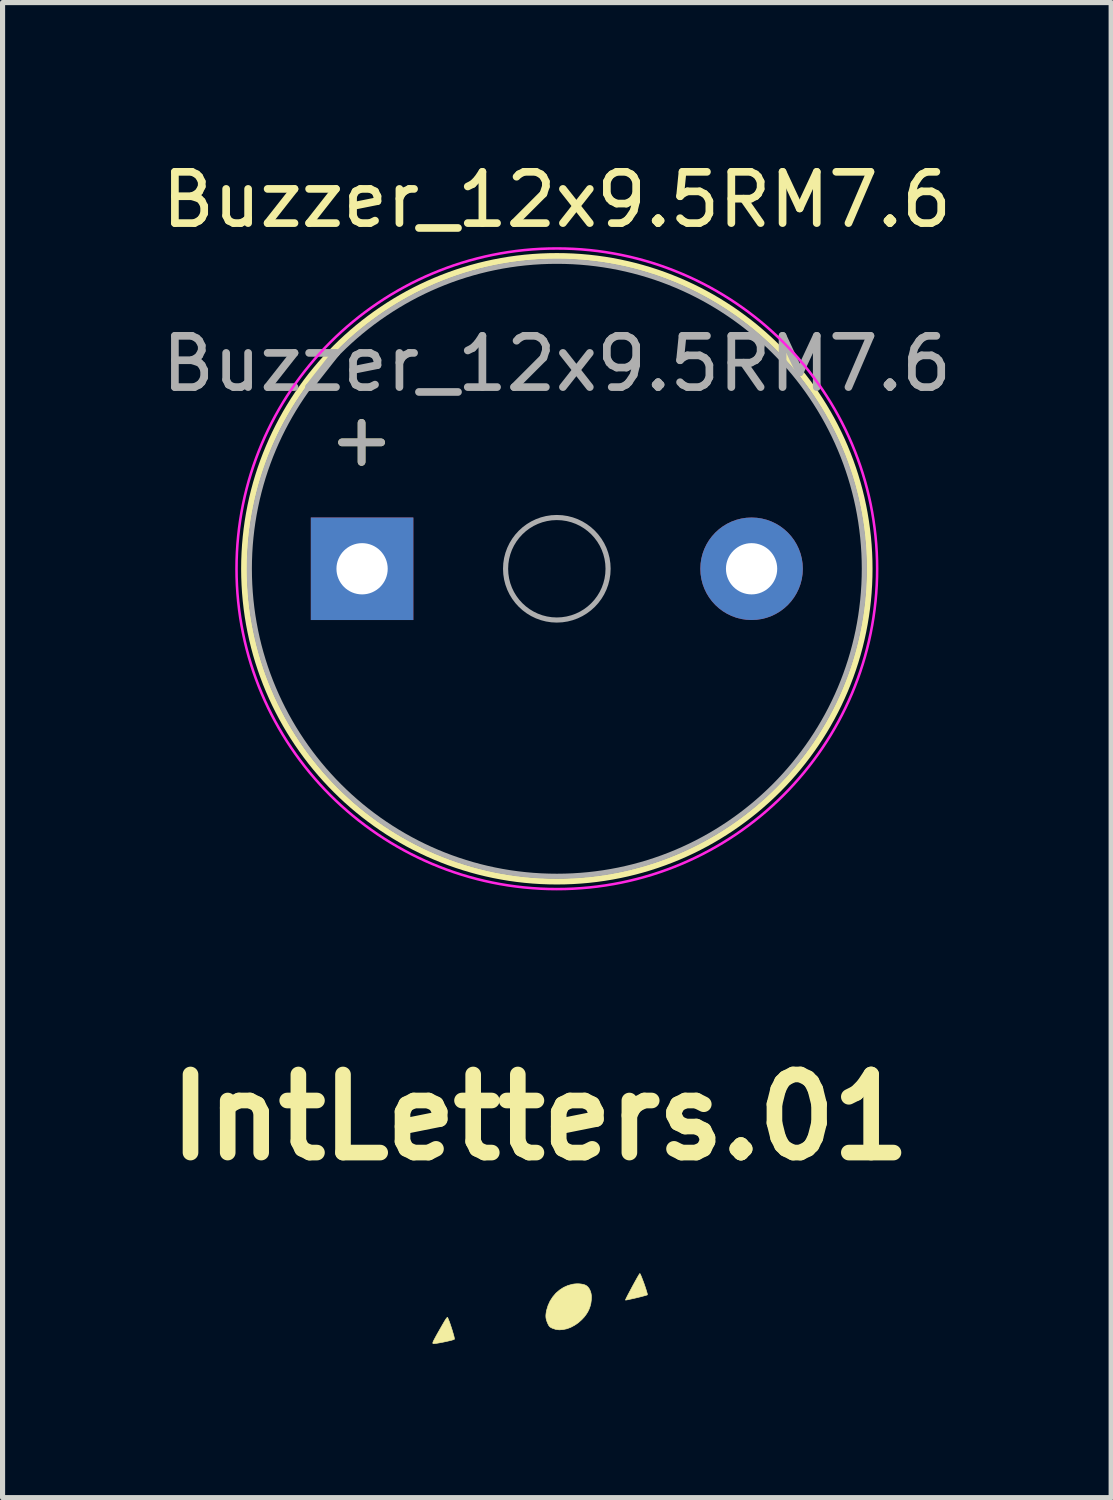
<source format=kicad_pcb>
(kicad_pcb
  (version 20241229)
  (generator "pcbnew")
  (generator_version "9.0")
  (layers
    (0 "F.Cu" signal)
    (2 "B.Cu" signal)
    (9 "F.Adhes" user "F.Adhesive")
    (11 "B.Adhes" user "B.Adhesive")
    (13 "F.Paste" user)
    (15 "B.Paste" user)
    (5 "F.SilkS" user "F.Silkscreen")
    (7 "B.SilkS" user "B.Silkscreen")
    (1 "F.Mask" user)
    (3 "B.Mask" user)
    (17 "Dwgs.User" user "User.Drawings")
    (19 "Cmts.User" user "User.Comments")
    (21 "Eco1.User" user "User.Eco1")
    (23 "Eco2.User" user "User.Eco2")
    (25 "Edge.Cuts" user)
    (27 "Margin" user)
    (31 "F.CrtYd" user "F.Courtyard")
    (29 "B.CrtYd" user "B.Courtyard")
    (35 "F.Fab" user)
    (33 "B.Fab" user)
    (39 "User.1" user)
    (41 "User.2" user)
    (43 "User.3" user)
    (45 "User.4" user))
  (footprint "IntLetters.01"
    (layer "F.Cu")
    (at 7.489 22.483)
    (property "Reference" "IntLetters.01" (at 0 -3.733 0) (layer "F.SilkS") (effects (font (size 1.524 1.524) (thickness 0.305))))
    (attr smd)
    (fp_poly (pts (xy 1.665 -0.166) (xy 1.676 -0.194) (xy 1.707 -0.256) (xy 1.751 -0.339) (xy 1.801 -0.433) (xy 1.852 -0.526) (xy 1.897 -0.607) (xy 1.93 -0.663) (xy 1.946 -0.685) (xy 1.957 -0.667) (xy 1.977 -0.621) (xy 2.002 -0.556) (xy 2.03 -0.481) (xy 2.056 -0.405) (xy 2.077 -0.338) (xy 2.091 -0.289) (xy 2.093 -0.268) (xy 2.071 -0.26) (xy 2.021 -0.246) (xy 1.953 -0.228) (xy 1.875 -0.209) (xy 1.797 -0.191) (xy 1.73 -0.177) (xy 1.683 -0.167) (xy 1.665 -0.166) (xy 1.665 -0.166)) (stroke (width 0.012) (type solid)) (fill yes) (layer "F.SilkS"))
    (fp_poly (pts (xy -2.089 0.683) (xy -2.093 0.678) (xy -2.094 0.668) (xy -2.089 0.651) (xy -2.077 0.624) (xy -2.056 0.584) (xy -2.027 0.53) (xy -1.986 0.457) (xy -1.933 0.364) (xy -1.904 0.313) (xy -1.879 0.27) (xy -1.858 0.235) (xy -1.841 0.208) (xy -1.827 0.189) (xy -1.817 0.177) (xy -1.81 0.171) (xy -1.806 0.173) (xy -1.79 0.209) (xy -1.768 0.264) (xy -1.745 0.332) (xy -1.721 0.405) (xy -1.7 0.475) (xy -1.683 0.535) (xy -1.673 0.579) (xy -1.672 0.598) (xy -1.695 0.608) (xy -1.743 0.622) (xy -1.808 0.637) (xy -1.881 0.653) (xy -1.954 0.667) (xy -2.018 0.678) (xy -2.066 0.684) (xy -2.089 0.683) (xy -2.089 0.683)) (stroke (width 0.012) (type solid)) (fill yes) (layer "F.SilkS"))
    (fp_poly (pts (xy 0.241 0.385) (xy 0.222 0.376) (xy 0.207 0.368) (xy 0.194 0.359) (xy 0.184 0.35) (xy 0.175 0.339) (xy 0.166 0.326) (xy 0.158 0.31) (xy 0.148 0.29) (xy 0.135 0.258) (xy 0.125 0.228) (xy 0.117 0.199) (xy 0.113 0.17) (xy 0.112 0.139) (xy 0.114 0.108) (xy 0.119 0.073) (xy 0.126 0.035) (xy 0.155 -0.06) (xy 0.195 -0.148) (xy 0.247 -0.228) (xy 0.308 -0.3) (xy 0.379 -0.361) (xy 0.457 -0.412) (xy 0.542 -0.45) (xy 0.633 -0.475) (xy 0.668 -0.48) (xy 0.704 -0.483) (xy 0.739 -0.484) (xy 0.774 -0.482) (xy 0.807 -0.478) (xy 0.838 -0.472) (xy 0.866 -0.464) (xy 0.89 -0.454) (xy 0.913 -0.439) (xy 0.935 -0.418) (xy 0.954 -0.393) (xy 0.97 -0.364) (xy 0.983 -0.333) (xy 0.993 -0.298) (xy 0.999 -0.262) (xy 1.001 -0.225) (xy 0.998 -0.162) (xy 0.99 -0.101) (xy 0.975 -0.043) (xy 0.955 0.012) (xy 0.929 0.066) (xy 0.896 0.117) (xy 0.857 0.168) (xy 0.812 0.216) (xy 0.744 0.277) (xy 0.672 0.326) (xy 0.597 0.366) (xy 0.522 0.394) (xy 0.446 0.41) (xy 0.373 0.415) (xy 0.304 0.406) (xy 0.241 0.385) (xy 0.241 0.385)) (stroke (width 0.012) (type solid)) (fill yes) (layer "F.SilkS")))
  (footprint "Buzzer_12x9.5RM7.6"
    (layer "F.Cu")
    (at 4.015 8.048)
    (property "Reference" "Buzzer_12x9.5RM7.6" (at 3.8 -7.2 0) (layer "F.SilkS") (effects (font (size 1 1) (thickness 0.15))))
    (attr through_hole)
    (fp_circle (center 3.8 0) (end 9.9 0) (stroke (width 0.12) (type solid)) (fill no) (layer "F.SilkS"))
    (fp_circle (center 3.8 0) (end 10.05 0) (stroke (width 0.05) (type solid)) (fill no) (layer "F.CrtYd"))
    (fp_circle (center 3.8 0) (end 4.8 0) (stroke (width 0.1) (type solid)) (fill no) (layer "F.Fab"))
    (fp_circle (center 3.8 0) (end 9.8 0) (stroke (width 0.1) (type solid)) (fill no) (layer "F.Fab"))
    (fp_text user "+" (at -0.01 -2.54 0) (layer "F.SilkS") (effects (font (size 1 1) (thickness 0.15))))
    (fp_text user "+" (at -0.01 -2.54 0) (layer "F.Fab") (effects (font (size 1 1) (thickness 0.15))))
    (fp_text user "${REFERENCE}" (at 3.8 -4 0) (layer "F.Fab") (effects (font (size 1 1) (thickness 0.15))))
    (pad "1" thru_hole rect (at 0 0) (size 2 2) (drill 1) (layers "*.Cu" "*.Mask"))
    (pad "2" thru_hole circle (at 7.6 0) (size 2 2) (drill 1) (layers "*.Cu" "*.Mask")))
  (gr_rect
    (start -3 -3)
    (end 18.631 26.172)
    (stroke (width 0.1) (type default))
    (fill no)
    (layer "Edge.Cuts")))
</source>
